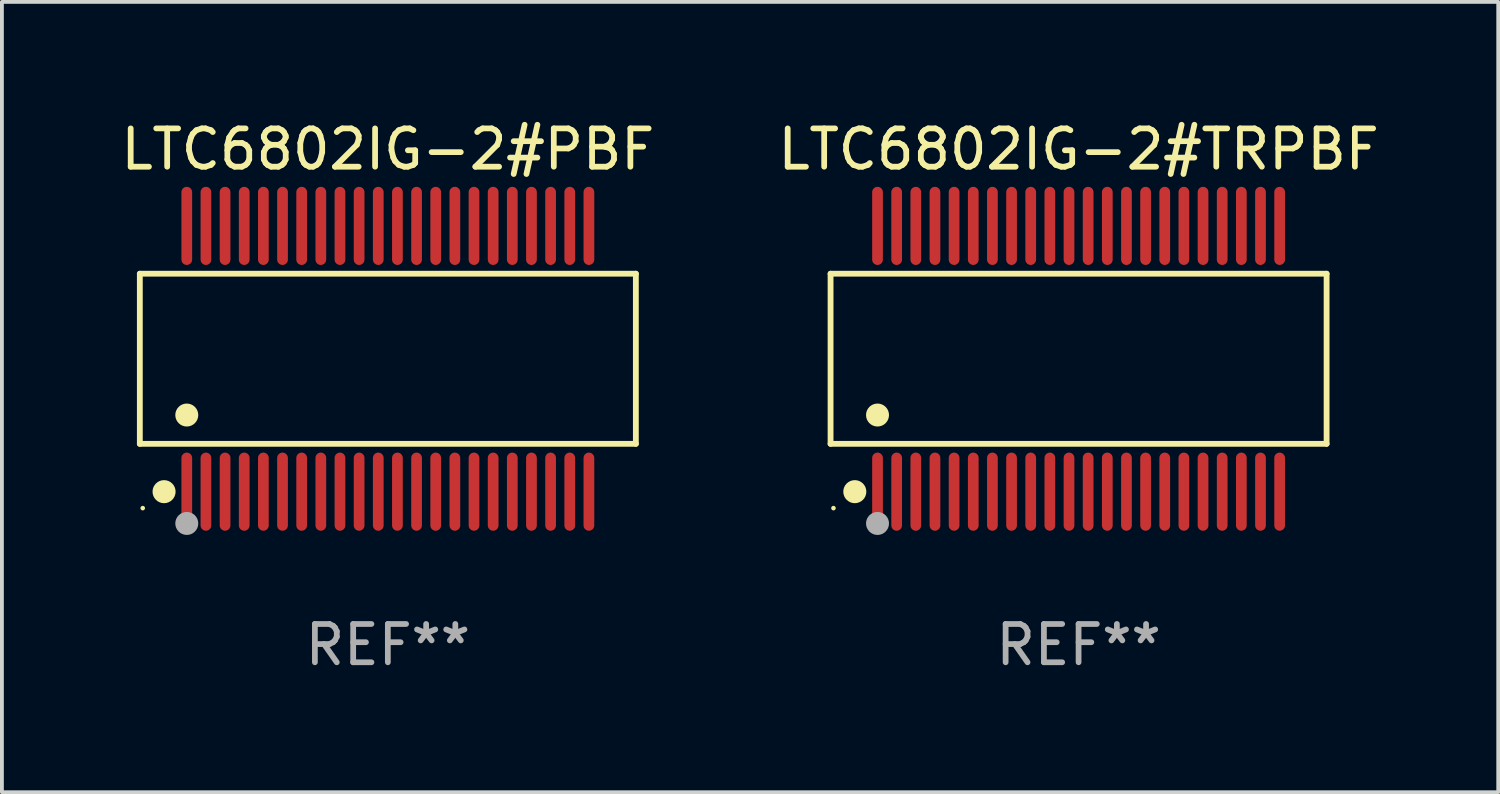
<source format=kicad_pcb>
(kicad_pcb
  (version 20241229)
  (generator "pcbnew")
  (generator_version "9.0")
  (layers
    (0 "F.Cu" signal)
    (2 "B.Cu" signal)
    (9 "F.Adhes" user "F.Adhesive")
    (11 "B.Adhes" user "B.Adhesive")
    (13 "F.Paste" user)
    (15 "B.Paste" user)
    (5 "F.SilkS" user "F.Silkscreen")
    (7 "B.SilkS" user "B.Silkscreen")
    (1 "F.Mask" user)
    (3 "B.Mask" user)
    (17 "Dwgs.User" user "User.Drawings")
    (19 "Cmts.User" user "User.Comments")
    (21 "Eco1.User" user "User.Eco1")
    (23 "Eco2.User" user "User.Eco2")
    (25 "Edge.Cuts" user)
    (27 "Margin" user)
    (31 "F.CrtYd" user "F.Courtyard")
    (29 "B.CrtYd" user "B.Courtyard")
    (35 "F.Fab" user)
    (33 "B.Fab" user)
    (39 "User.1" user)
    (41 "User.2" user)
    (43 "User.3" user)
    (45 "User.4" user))
  (footprint "LTC6802IG-2#PBF"
    (layer "F.Cu")
    (at 7.077 6.318)
    (property "Reference" "LTC6802IG-2#PBF" (at 0 -5.47 0) (layer "F.SilkS") (effects (font (size 1 1) (thickness 0.15))))
    (attr through_hole)
    (fp_line (start -6.476 -2.221) (end 6.476 -2.221) (stroke (width 0.152) (type solid)) (layer "F.SilkS"))
    (fp_line (start -6.476 2.221) (end -6.476 -2.221) (stroke (width 0.152) (type solid)) (layer "F.SilkS"))
    (fp_line (start 6.476 -2.221) (end 6.476 2.221) (stroke (width 0.152) (type solid)) (layer "F.SilkS"))
    (fp_line (start 6.476 2.221) (end -6.476 2.221) (stroke (width 0.152) (type solid)) (layer "F.SilkS"))
    (fp_circle (center -6.4 3.9) (end -6.37 3.9) (stroke (width 0.06) (type solid)) (fill no) (layer "F.SilkS"))
    (fp_circle (center -5.843 3.47) (end -5.692 3.47) (stroke (width 0.3) (type solid)) (fill no) (layer "F.SilkS"))
    (fp_circle (center -5.25 1.469) (end -5.1 1.469) (stroke (width 0.3) (type solid)) (fill no) (layer "F.SilkS"))
    (fp_circle (center -5.25 4.3) (end -5.1 4.3) (stroke (width 0.3) (type solid)) (fill no) (layer "F.Fab"))
    (fp_text user "REF**" (at 0 7.47 0) (layer "F.Fab") (effects (font (size 1 1) (thickness 0.15))))
    (pad "1" smd oval (at -5.25 3.47) (size 0.28 2.04) (layers "F.Cu" "F.Mask" "F.Paste"))
    (pad "2" smd oval (at -4.75 3.47) (size 0.28 2.04) (layers "F.Cu" "F.Mask" "F.Paste"))
    (pad "3" smd oval (at -4.25 3.47) (size 0.28 2.04) (layers "F.Cu" "F.Mask" "F.Paste"))
    (pad "4" smd oval (at -3.75 3.47) (size 0.28 2.04) (layers "F.Cu" "F.Mask" "F.Paste"))
    (pad "5" smd oval (at -3.25 3.47) (size 0.28 2.04) (layers "F.Cu" "F.Mask" "F.Paste"))
    (pad "6" smd oval (at -2.75 3.47) (size 0.28 2.04) (layers "F.Cu" "F.Mask" "F.Paste"))
    (pad "7" smd oval (at -2.25 3.47) (size 0.28 2.04) (layers "F.Cu" "F.Mask" "F.Paste"))
    (pad "8" smd oval (at -1.75 3.47) (size 0.28 2.04) (layers "F.Cu" "F.Mask" "F.Paste"))
    (pad "9" smd oval (at -1.25 3.47) (size 0.28 2.04) (layers "F.Cu" "F.Mask" "F.Paste"))
    (pad "10" smd oval (at -0.75 3.47) (size 0.28 2.04) (layers "F.Cu" "F.Mask" "F.Paste"))
    (pad "11" smd oval (at -0.25 3.47) (size 0.28 2.04) (layers "F.Cu" "F.Mask" "F.Paste"))
    (pad "12" smd oval (at 0.25 3.47) (size 0.28 2.04) (layers "F.Cu" "F.Mask" "F.Paste"))
    (pad "13" smd oval (at 0.75 3.47) (size 0.28 2.04) (layers "F.Cu" "F.Mask" "F.Paste"))
    (pad "14" smd oval (at 1.25 3.47) (size 0.28 2.04) (layers "F.Cu" "F.Mask" "F.Paste"))
    (pad "15" smd oval (at 1.75 3.47) (size 0.28 2.04) (layers "F.Cu" "F.Mask" "F.Paste"))
    (pad "16" smd oval (at 2.25 3.47) (size 0.28 2.04) (layers "F.Cu" "F.Mask" "F.Paste"))
    (pad "17" smd oval (at 2.75 3.47) (size 0.28 2.04) (layers "F.Cu" "F.Mask" "F.Paste"))
    (pad "18" smd oval (at 3.25 3.47) (size 0.28 2.04) (layers "F.Cu" "F.Mask" "F.Paste"))
    (pad "19" smd oval (at 3.75 3.47) (size 0.28 2.04) (layers "F.Cu" "F.Mask" "F.Paste"))
    (pad "20" smd oval (at 4.25 3.47) (size 0.28 2.04) (layers "F.Cu" "F.Mask" "F.Paste"))
    (pad "21" smd oval (at 4.75 3.47) (size 0.28 2.04) (layers "F.Cu" "F.Mask" "F.Paste"))
    (pad "22" smd oval (at 5.25 3.47) (size 0.28 2.04) (layers "F.Cu" "F.Mask" "F.Paste"))
    (pad "23" smd oval (at 5.25 -3.47) (size 0.28 2.04) (layers "F.Cu" "F.Mask" "F.Paste"))
    (pad "24" smd oval (at 4.75 -3.47) (size 0.28 2.04) (layers "F.Cu" "F.Mask" "F.Paste"))
    (pad "25" smd oval (at 4.25 -3.47) (size 0.28 2.04) (layers "F.Cu" "F.Mask" "F.Paste"))
    (pad "26" smd oval (at 3.75 -3.47) (size 0.28 2.04) (layers "F.Cu" "F.Mask" "F.Paste"))
    (pad "27" smd oval (at 3.25 -3.47) (size 0.28 2.04) (layers "F.Cu" "F.Mask" "F.Paste"))
    (pad "28" smd oval (at 2.75 -3.47) (size 0.28 2.04) (layers "F.Cu" "F.Mask" "F.Paste"))
    (pad "29" smd oval (at 2.25 -3.47) (size 0.28 2.04) (layers "F.Cu" "F.Mask" "F.Paste"))
    (pad "30" smd oval (at 1.75 -3.47) (size 0.28 2.04) (layers "F.Cu" "F.Mask" "F.Paste"))
    (pad "31" smd oval (at 1.25 -3.47) (size 0.28 2.04) (layers "F.Cu" "F.Mask" "F.Paste"))
    (pad "32" smd oval (at 0.75 -3.47) (size 0.28 2.04) (layers "F.Cu" "F.Mask" "F.Paste"))
    (pad "33" smd oval (at 0.25 -3.47) (size 0.28 2.04) (layers "F.Cu" "F.Mask" "F.Paste"))
    (pad "34" smd oval (at -0.25 -3.47) (size 0.28 2.04) (layers "F.Cu" "F.Mask" "F.Paste"))
    (pad "35" smd oval (at -0.75 -3.47) (size 0.28 2.04) (layers "F.Cu" "F.Mask" "F.Paste"))
    (pad "36" smd oval (at -1.25 -3.47) (size 0.28 2.04) (layers "F.Cu" "F.Mask" "F.Paste"))
    (pad "37" smd oval (at -1.75 -3.47) (size 0.28 2.04) (layers "F.Cu" "F.Mask" "F.Paste"))
    (pad "38" smd oval (at -2.25 -3.47) (size 0.28 2.04) (layers "F.Cu" "F.Mask" "F.Paste"))
    (pad "39" smd oval (at -2.75 -3.47) (size 0.28 2.04) (layers "F.Cu" "F.Mask" "F.Paste"))
    (pad "40" smd oval (at -3.25 -3.47) (size 0.28 2.04) (layers "F.Cu" "F.Mask" "F.Paste"))
    (pad "41" smd oval (at -3.75 -3.47) (size 0.28 2.04) (layers "F.Cu" "F.Mask" "F.Paste"))
    (pad "42" smd oval (at -4.25 -3.47) (size 0.28 2.04) (layers "F.Cu" "F.Mask" "F.Paste"))
    (pad "43" smd oval (at -4.75 -3.47) (size 0.28 2.04) (layers "F.Cu" "F.Mask" "F.Paste"))
    (pad "44" smd oval (at -5.25 -3.47) (size 0.28 2.04) (layers "F.Cu" "F.Mask" "F.Paste")))
  (footprint "LTC6802IG-2#TRPBF"
    (layer "F.Cu")
    (at 25.113 6.318)
    (property "Reference" "LTC6802IG-2#TRPBF" (at 0 -5.47 0) (layer "F.SilkS") (effects (font (size 1 1) (thickness 0.15))))
    (attr through_hole)
    (fp_line (start -6.476 -2.221) (end 6.476 -2.221) (stroke (width 0.152) (type solid)) (layer "F.SilkS"))
    (fp_line (start -6.476 2.221) (end -6.476 -2.221) (stroke (width 0.152) (type solid)) (layer "F.SilkS"))
    (fp_line (start 6.476 -2.221) (end 6.476 2.221) (stroke (width 0.152) (type solid)) (layer "F.SilkS"))
    (fp_line (start 6.476 2.221) (end -6.476 2.221) (stroke (width 0.152) (type solid)) (layer "F.SilkS"))
    (fp_circle (center -6.4 3.9) (end -6.37 3.9) (stroke (width 0.06) (type solid)) (fill no) (layer "F.SilkS"))
    (fp_circle (center -5.843 3.47) (end -5.692 3.47) (stroke (width 0.3) (type solid)) (fill no) (layer "F.SilkS"))
    (fp_circle (center -5.25 1.469) (end -5.1 1.469) (stroke (width 0.3) (type solid)) (fill no) (layer "F.SilkS"))
    (fp_circle (center -5.25 4.3) (end -5.1 4.3) (stroke (width 0.3) (type solid)) (fill no) (layer "F.Fab"))
    (fp_text user "REF**" (at 0 7.47 0) (layer "F.Fab") (effects (font (size 1 1) (thickness 0.15))))
    (pad "1" smd oval (at -5.25 3.47) (size 0.28 2.04) (layers "F.Cu" "F.Mask" "F.Paste"))
    (pad "2" smd oval (at -4.75 3.47) (size 0.28 2.04) (layers "F.Cu" "F.Mask" "F.Paste"))
    (pad "3" smd oval (at -4.25 3.47) (size 0.28 2.04) (layers "F.Cu" "F.Mask" "F.Paste"))
    (pad "4" smd oval (at -3.75 3.47) (size 0.28 2.04) (layers "F.Cu" "F.Mask" "F.Paste"))
    (pad "5" smd oval (at -3.25 3.47) (size 0.28 2.04) (layers "F.Cu" "F.Mask" "F.Paste"))
    (pad "6" smd oval (at -2.75 3.47) (size 0.28 2.04) (layers "F.Cu" "F.Mask" "F.Paste"))
    (pad "7" smd oval (at -2.25 3.47) (size 0.28 2.04) (layers "F.Cu" "F.Mask" "F.Paste"))
    (pad "8" smd oval (at -1.75 3.47) (size 0.28 2.04) (layers "F.Cu" "F.Mask" "F.Paste"))
    (pad "9" smd oval (at -1.25 3.47) (size 0.28 2.04) (layers "F.Cu" "F.Mask" "F.Paste"))
    (pad "10" smd oval (at -0.75 3.47) (size 0.28 2.04) (layers "F.Cu" "F.Mask" "F.Paste"))
    (pad "11" smd oval (at -0.25 3.47) (size 0.28 2.04) (layers "F.Cu" "F.Mask" "F.Paste"))
    (pad "12" smd oval (at 0.25 3.47) (size 0.28 2.04) (layers "F.Cu" "F.Mask" "F.Paste"))
    (pad "13" smd oval (at 0.75 3.47) (size 0.28 2.04) (layers "F.Cu" "F.Mask" "F.Paste"))
    (pad "14" smd oval (at 1.25 3.47) (size 0.28 2.04) (layers "F.Cu" "F.Mask" "F.Paste"))
    (pad "15" smd oval (at 1.75 3.47) (size 0.28 2.04) (layers "F.Cu" "F.Mask" "F.Paste"))
    (pad "16" smd oval (at 2.25 3.47) (size 0.28 2.04) (layers "F.Cu" "F.Mask" "F.Paste"))
    (pad "17" smd oval (at 2.75 3.47) (size 0.28 2.04) (layers "F.Cu" "F.Mask" "F.Paste"))
    (pad "18" smd oval (at 3.25 3.47) (size 0.28 2.04) (layers "F.Cu" "F.Mask" "F.Paste"))
    (pad "19" smd oval (at 3.75 3.47) (size 0.28 2.04) (layers "F.Cu" "F.Mask" "F.Paste"))
    (pad "20" smd oval (at 4.25 3.47) (size 0.28 2.04) (layers "F.Cu" "F.Mask" "F.Paste"))
    (pad "21" smd oval (at 4.75 3.47) (size 0.28 2.04) (layers "F.Cu" "F.Mask" "F.Paste"))
    (pad "22" smd oval (at 5.25 3.47) (size 0.28 2.04) (layers "F.Cu" "F.Mask" "F.Paste"))
    (pad "23" smd oval (at 5.25 -3.47) (size 0.28 2.04) (layers "F.Cu" "F.Mask" "F.Paste"))
    (pad "24" smd oval (at 4.75 -3.47) (size 0.28 2.04) (layers "F.Cu" "F.Mask" "F.Paste"))
    (pad "25" smd oval (at 4.25 -3.47) (size 0.28 2.04) (layers "F.Cu" "F.Mask" "F.Paste"))
    (pad "26" smd oval (at 3.75 -3.47) (size 0.28 2.04) (layers "F.Cu" "F.Mask" "F.Paste"))
    (pad "27" smd oval (at 3.25 -3.47) (size 0.28 2.04) (layers "F.Cu" "F.Mask" "F.Paste"))
    (pad "28" smd oval (at 2.75 -3.47) (size 0.28 2.04) (layers "F.Cu" "F.Mask" "F.Paste"))
    (pad "29" smd oval (at 2.25 -3.47) (size 0.28 2.04) (layers "F.Cu" "F.Mask" "F.Paste"))
    (pad "30" smd oval (at 1.75 -3.47) (size 0.28 2.04) (layers "F.Cu" "F.Mask" "F.Paste"))
    (pad "31" smd oval (at 1.25 -3.47) (size 0.28 2.04) (layers "F.Cu" "F.Mask" "F.Paste"))
    (pad "32" smd oval (at 0.75 -3.47) (size 0.28 2.04) (layers "F.Cu" "F.Mask" "F.Paste"))
    (pad "33" smd oval (at 0.25 -3.47) (size 0.28 2.04) (layers "F.Cu" "F.Mask" "F.Paste"))
    (pad "34" smd oval (at -0.25 -3.47) (size 0.28 2.04) (layers "F.Cu" "F.Mask" "F.Paste"))
    (pad "35" smd oval (at -0.75 -3.47) (size 0.28 2.04) (layers "F.Cu" "F.Mask" "F.Paste"))
    (pad "36" smd oval (at -1.25 -3.47) (size 0.28 2.04) (layers "F.Cu" "F.Mask" "F.Paste"))
    (pad "37" smd oval (at -1.75 -3.47) (size 0.28 2.04) (layers "F.Cu" "F.Mask" "F.Paste"))
    (pad "38" smd oval (at -2.25 -3.47) (size 0.28 2.04) (layers "F.Cu" "F.Mask" "F.Paste"))
    (pad "39" smd oval (at -2.75 -3.47) (size 0.28 2.04) (layers "F.Cu" "F.Mask" "F.Paste"))
    (pad "40" smd oval (at -3.25 -3.47) (size 0.28 2.04) (layers "F.Cu" "F.Mask" "F.Paste"))
    (pad "41" smd oval (at -3.75 -3.47) (size 0.28 2.04) (layers "F.Cu" "F.Mask" "F.Paste"))
    (pad "42" smd oval (at -4.25 -3.47) (size 0.28 2.04) (layers "F.Cu" "F.Mask" "F.Paste"))
    (pad "43" smd oval (at -4.75 -3.47) (size 0.28 2.04) (layers "F.Cu" "F.Mask" "F.Paste"))
    (pad "44" smd oval (at -5.25 -3.47) (size 0.28 2.04) (layers "F.Cu" "F.Mask" "F.Paste")))
  (gr_rect
    (start -3 -3)
    (end 36.071 17.636)
    (stroke (width 0.1) (type default))
    (fill no)
    (layer "Edge.Cuts")))
</source>
